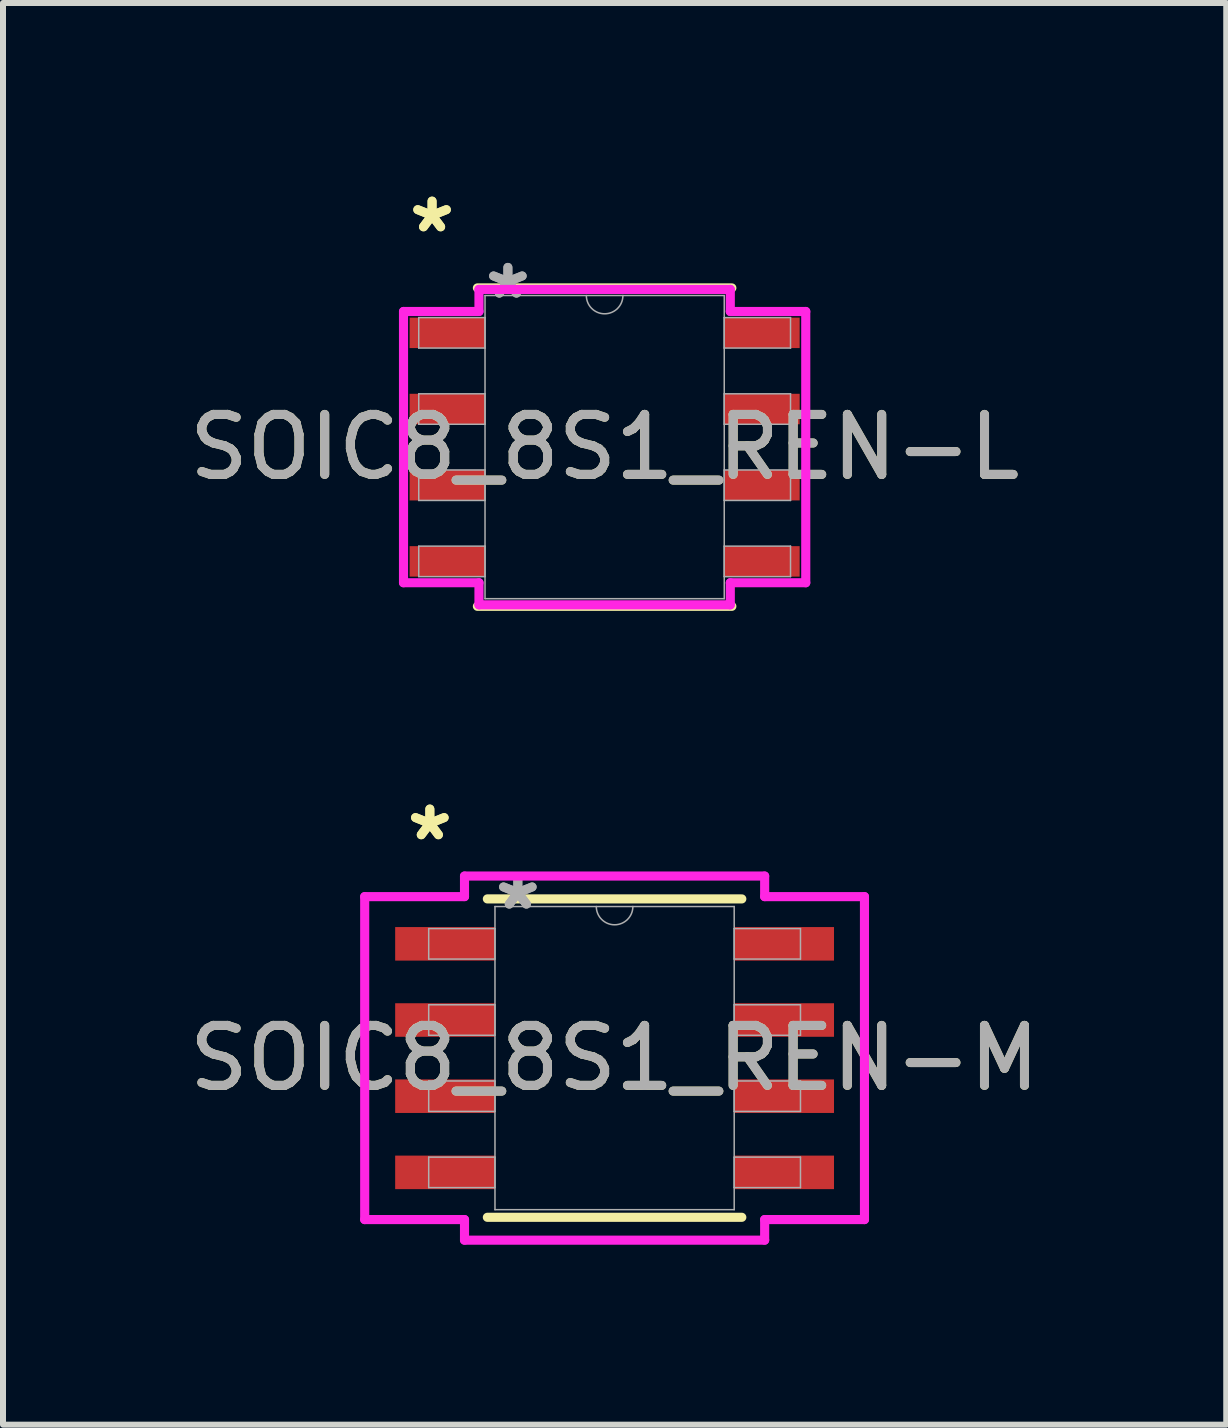
<source format=kicad_pcb>
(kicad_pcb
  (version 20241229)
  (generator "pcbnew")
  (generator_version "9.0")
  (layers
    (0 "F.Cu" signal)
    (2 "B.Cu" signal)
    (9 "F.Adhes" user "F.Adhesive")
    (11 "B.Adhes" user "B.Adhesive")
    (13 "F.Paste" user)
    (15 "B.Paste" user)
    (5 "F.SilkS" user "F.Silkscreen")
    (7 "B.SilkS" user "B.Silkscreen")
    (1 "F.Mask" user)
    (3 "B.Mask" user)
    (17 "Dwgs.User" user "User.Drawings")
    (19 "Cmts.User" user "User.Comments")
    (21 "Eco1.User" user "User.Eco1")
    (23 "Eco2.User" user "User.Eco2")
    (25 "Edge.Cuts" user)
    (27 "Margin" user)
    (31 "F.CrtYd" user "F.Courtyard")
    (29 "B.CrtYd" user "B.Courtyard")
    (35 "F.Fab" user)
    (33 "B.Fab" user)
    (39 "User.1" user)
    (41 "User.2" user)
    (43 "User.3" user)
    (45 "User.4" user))
  (footprint "SOIC8_8S1_REN-M"
    (layer "F.Cu")
    (at 7.196 14.59)
    (property "Reference" "SOIC8_8S1_REN-M" (at 0 0 0) (unlocked yes) (layer "F.SilkS") (effects (font (size 1 1) (thickness 0.15))))
    (attr smd)
    (fp_line (start -2.121 2.654) (end 2.121 2.654) (stroke (width 0.152) (type solid)) (layer "F.SilkS"))
    (fp_line (start 2.121 -2.654) (end -2.121 -2.654) (stroke (width 0.152) (type solid)) (layer "F.SilkS"))
    (fp_line (start -4.166 -2.692) (end -2.502 -2.692) (stroke (width 0.152) (type solid)) (layer "F.CrtYd"))
    (fp_line (start -4.166 2.692) (end -4.166 -2.692) (stroke (width 0.152) (type solid)) (layer "F.CrtYd"))
    (fp_line (start -4.166 2.692) (end -2.502 2.692) (stroke (width 0.152) (type solid)) (layer "F.CrtYd"))
    (fp_line (start -2.502 -3.035) (end 2.502 -3.035) (stroke (width 0.152) (type solid)) (layer "F.CrtYd"))
    (fp_line (start -2.502 -2.692) (end -2.502 -3.035) (stroke (width 0.152) (type solid)) (layer "F.CrtYd"))
    (fp_line (start -2.502 3.035) (end -2.502 2.692) (stroke (width 0.152) (type solid)) (layer "F.CrtYd"))
    (fp_line (start 2.502 -3.035) (end 2.502 -2.692) (stroke (width 0.152) (type solid)) (layer "F.CrtYd"))
    (fp_line (start 2.502 2.692) (end 2.502 3.035) (stroke (width 0.152) (type solid)) (layer "F.CrtYd"))
    (fp_line (start 2.502 3.035) (end -2.502 3.035) (stroke (width 0.152) (type solid)) (layer "F.CrtYd"))
    (fp_line (start 4.166 -2.692) (end 2.502 -2.692) (stroke (width 0.152) (type solid)) (layer "F.CrtYd"))
    (fp_line (start 4.166 -2.692) (end 4.166 2.692) (stroke (width 0.152) (type solid)) (layer "F.CrtYd"))
    (fp_line (start 4.166 2.692) (end 2.502 2.692) (stroke (width 0.152) (type solid)) (layer "F.CrtYd"))
    (fp_line (start -3.099 -2.159) (end -3.099 -1.651) (stroke (width 0.025) (type solid)) (layer "F.Fab"))
    (fp_line (start -3.099 -1.651) (end -1.994 -1.651) (stroke (width 0.025) (type solid)) (layer "F.Fab"))
    (fp_line (start -3.099 -0.889) (end -3.099 -0.381) (stroke (width 0.025) (type solid)) (layer "F.Fab"))
    (fp_line (start -3.099 -0.381) (end -1.994 -0.381) (stroke (width 0.025) (type solid)) (layer "F.Fab"))
    (fp_line (start -3.099 0.381) (end -3.099 0.889) (stroke (width 0.025) (type solid)) (layer "F.Fab"))
    (fp_line (start -3.099 0.889) (end -1.994 0.889) (stroke (width 0.025) (type solid)) (layer "F.Fab"))
    (fp_line (start -3.099 1.651) (end -3.099 2.159) (stroke (width 0.025) (type solid)) (layer "F.Fab"))
    (fp_line (start -3.099 2.159) (end -1.994 2.159) (stroke (width 0.025) (type solid)) (layer "F.Fab"))
    (fp_line (start -1.994 -2.527) (end -1.994 2.527) (stroke (width 0.025) (type solid)) (layer "F.Fab"))
    (fp_line (start -1.994 -2.159) (end -3.099 -2.159) (stroke (width 0.025) (type solid)) (layer "F.Fab"))
    (fp_line (start -1.994 -1.651) (end -1.994 -2.159) (stroke (width 0.025) (type solid)) (layer "F.Fab"))
    (fp_line (start -1.994 -0.889) (end -3.099 -0.889) (stroke (width 0.025) (type solid)) (layer "F.Fab"))
    (fp_line (start -1.994 -0.381) (end -1.994 -0.889) (stroke (width 0.025) (type solid)) (layer "F.Fab"))
    (fp_line (start -1.994 0.381) (end -3.099 0.381) (stroke (width 0.025) (type solid)) (layer "F.Fab"))
    (fp_line (start -1.994 0.889) (end -1.994 0.381) (stroke (width 0.025) (type solid)) (layer "F.Fab"))
    (fp_line (start -1.994 1.651) (end -3.099 1.651) (stroke (width 0.025) (type solid)) (layer "F.Fab"))
    (fp_line (start -1.994 2.159) (end -1.994 1.651) (stroke (width 0.025) (type solid)) (layer "F.Fab"))
    (fp_line (start -1.994 2.527) (end 1.994 2.527) (stroke (width 0.025) (type solid)) (layer "F.Fab"))
    (fp_line (start 1.994 -2.527) (end -1.994 -2.527) (stroke (width 0.025) (type solid)) (layer "F.Fab"))
    (fp_line (start 1.994 -2.159) (end 1.994 -1.651) (stroke (width 0.025) (type solid)) (layer "F.Fab"))
    (fp_line (start 1.994 -1.651) (end 3.099 -1.651) (stroke (width 0.025) (type solid)) (layer "F.Fab"))
    (fp_line (start 1.994 -0.889) (end 1.994 -0.381) (stroke (width 0.025) (type solid)) (layer "F.Fab"))
    (fp_line (start 1.994 -0.381) (end 3.099 -0.381) (stroke (width 0.025) (type solid)) (layer "F.Fab"))
    (fp_line (start 1.994 0.381) (end 1.994 0.889) (stroke (width 0.025) (type solid)) (layer "F.Fab"))
    (fp_line (start 1.994 0.889) (end 3.099 0.889) (stroke (width 0.025) (type solid)) (layer "F.Fab"))
    (fp_line (start 1.994 1.651) (end 1.994 2.159) (stroke (width 0.025) (type solid)) (layer "F.Fab"))
    (fp_line (start 1.994 2.159) (end 3.099 2.159) (stroke (width 0.025) (type solid)) (layer "F.Fab"))
    (fp_line (start 1.994 2.527) (end 1.994 -2.527) (stroke (width 0.025) (type solid)) (layer "F.Fab"))
    (fp_line (start 3.099 -2.159) (end 1.994 -2.159) (stroke (width 0.025) (type solid)) (layer "F.Fab"))
    (fp_line (start 3.099 -1.651) (end 3.099 -2.159) (stroke (width 0.025) (type solid)) (layer "F.Fab"))
    (fp_line (start 3.099 -0.889) (end 1.994 -0.889) (stroke (width 0.025) (type solid)) (layer "F.Fab"))
    (fp_line (start 3.099 -0.381) (end 3.099 -0.889) (stroke (width 0.025) (type solid)) (layer "F.Fab"))
    (fp_line (start 3.099 0.381) (end 1.994 0.381) (stroke (width 0.025) (type solid)) (layer "F.Fab"))
    (fp_line (start 3.099 0.889) (end 3.099 0.381) (stroke (width 0.025) (type solid)) (layer "F.Fab"))
    (fp_line (start 3.099 1.651) (end 1.994 1.651) (stroke (width 0.025) (type solid)) (layer "F.Fab"))
    (fp_line (start 3.099 2.159) (end 3.099 1.651) (stroke (width 0.025) (type solid)) (layer "F.Fab"))
    (fp_arc (start 0.3048 -2.5273) (mid 0 -2.2225) (end -0.3048 -2.5273) (stroke (width 0.0254) (type solid)) (layer "F.Fab"))
    (fp_text user "*" (at -3.08 -3.607 0) (layer "F.SilkS") (effects (font (size 1 1) (thickness 0.15))))
    (fp_text user "*" (at -3.08 -3.607 0) (unlocked yes) (layer "F.SilkS") (effects (font (size 1 1) (thickness 0.15))))
    (fp_text user "${REFERENCE}" (at 0 0 0) (unlocked yes) (layer "F.Fab") (effects (font (size 1 1) (thickness 0.15))))
    (fp_text user "*" (at -1.613 -2.451 0) (unlocked yes) (layer "F.Fab") (effects (font (size 1 1) (thickness 0.15))))
    (fp_text user "*" (at -1.613 -2.451 0) (layer "F.Fab") (effects (font (size 1 1) (thickness 0.15))))
    (pad "1" smd rect (at -2.826 -1.905) (size 1.664 0.559) (layers "F.Cu" "F.Mask" "F.Paste"))
    (pad "2" smd rect (at -2.826 -0.635) (size 1.664 0.559) (layers "F.Cu" "F.Mask" "F.Paste"))
    (pad "3" smd rect (at -2.826 0.635) (size 1.664 0.559) (layers "F.Cu" "F.Mask" "F.Paste"))
    (pad "4" smd rect (at -2.826 1.905) (size 1.664 0.559) (layers "F.Cu" "F.Mask" "F.Paste"))
    (pad "5" smd rect (at 2.826 1.905) (size 1.664 0.559) (layers "F.Cu" "F.Mask" "F.Paste"))
    (pad "6" smd rect (at 2.826 0.635) (size 1.664 0.559) (layers "F.Cu" "F.Mask" "F.Paste"))
    (pad "7" smd rect (at 2.826 -0.635) (size 1.664 0.559) (layers "F.Cu" "F.Mask" "F.Paste"))
    (pad "8" smd rect (at 2.826 -1.905) (size 1.664 0.559) (layers "F.Cu" "F.Mask" "F.Paste")))
  (footprint "SOIC8_8S1_REN-L"
    (layer "F.Cu")
    (at 7.03 4.404)
    (property "Reference" "SOIC8_8S1_REN-L" (at 0 0 0) (unlocked yes) (layer "F.SilkS") (effects (font (size 1 1) (thickness 0.15))))
    (attr smd)
    (fp_line (start -2.121 2.654) (end 2.121 2.654) (stroke (width 0.152) (type solid)) (layer "F.SilkS"))
    (fp_line (start 2.121 -2.654) (end -2.121 -2.654) (stroke (width 0.152) (type solid)) (layer "F.SilkS"))
    (fp_line (start -3.353 -2.261) (end -2.095 -2.261) (stroke (width 0.152) (type solid)) (layer "F.CrtYd"))
    (fp_line (start -3.353 2.261) (end -3.353 -2.261) (stroke (width 0.152) (type solid)) (layer "F.CrtYd"))
    (fp_line (start -3.353 2.261) (end -2.095 2.261) (stroke (width 0.152) (type solid)) (layer "F.CrtYd"))
    (fp_line (start -2.095 -2.629) (end 2.095 -2.629) (stroke (width 0.152) (type solid)) (layer "F.CrtYd"))
    (fp_line (start -2.095 -2.261) (end -2.095 -2.629) (stroke (width 0.152) (type solid)) (layer "F.CrtYd"))
    (fp_line (start -2.095 2.629) (end -2.095 2.261) (stroke (width 0.152) (type solid)) (layer "F.CrtYd"))
    (fp_line (start 2.095 -2.629) (end 2.095 -2.261) (stroke (width 0.152) (type solid)) (layer "F.CrtYd"))
    (fp_line (start 2.095 2.261) (end 2.095 2.629) (stroke (width 0.152) (type solid)) (layer "F.CrtYd"))
    (fp_line (start 2.095 2.629) (end -2.095 2.629) (stroke (width 0.152) (type solid)) (layer "F.CrtYd"))
    (fp_line (start 3.353 -2.261) (end 2.095 -2.261) (stroke (width 0.152) (type solid)) (layer "F.CrtYd"))
    (fp_line (start 3.353 -2.261) (end 3.353 2.261) (stroke (width 0.152) (type solid)) (layer "F.CrtYd"))
    (fp_line (start 3.353 2.261) (end 2.095 2.261) (stroke (width 0.152) (type solid)) (layer "F.CrtYd"))
    (fp_line (start -3.099 -2.159) (end -3.099 -1.651) (stroke (width 0.025) (type solid)) (layer "F.Fab"))
    (fp_line (start -3.099 -1.651) (end -1.994 -1.651) (stroke (width 0.025) (type solid)) (layer "F.Fab"))
    (fp_line (start -3.099 -0.889) (end -3.099 -0.381) (stroke (width 0.025) (type solid)) (layer "F.Fab"))
    (fp_line (start -3.099 -0.381) (end -1.994 -0.381) (stroke (width 0.025) (type solid)) (layer "F.Fab"))
    (fp_line (start -3.099 0.381) (end -3.099 0.889) (stroke (width 0.025) (type solid)) (layer "F.Fab"))
    (fp_line (start -3.099 0.889) (end -1.994 0.889) (stroke (width 0.025) (type solid)) (layer "F.Fab"))
    (fp_line (start -3.099 1.651) (end -3.099 2.159) (stroke (width 0.025) (type solid)) (layer "F.Fab"))
    (fp_line (start -3.099 2.159) (end -1.994 2.159) (stroke (width 0.025) (type solid)) (layer "F.Fab"))
    (fp_line (start -1.994 -2.527) (end -1.994 2.527) (stroke (width 0.025) (type solid)) (layer "F.Fab"))
    (fp_line (start -1.994 -2.159) (end -3.099 -2.159) (stroke (width 0.025) (type solid)) (layer "F.Fab"))
    (fp_line (start -1.994 -1.651) (end -1.994 -2.159) (stroke (width 0.025) (type solid)) (layer "F.Fab"))
    (fp_line (start -1.994 -0.889) (end -3.099 -0.889) (stroke (width 0.025) (type solid)) (layer "F.Fab"))
    (fp_line (start -1.994 -0.381) (end -1.994 -0.889) (stroke (width 0.025) (type solid)) (layer "F.Fab"))
    (fp_line (start -1.994 0.381) (end -3.099 0.381) (stroke (width 0.025) (type solid)) (layer "F.Fab"))
    (fp_line (start -1.994 0.889) (end -1.994 0.381) (stroke (width 0.025) (type solid)) (layer "F.Fab"))
    (fp_line (start -1.994 1.651) (end -3.099 1.651) (stroke (width 0.025) (type solid)) (layer "F.Fab"))
    (fp_line (start -1.994 2.159) (end -1.994 1.651) (stroke (width 0.025) (type solid)) (layer "F.Fab"))
    (fp_line (start -1.994 2.527) (end 1.994 2.527) (stroke (width 0.025) (type solid)) (layer "F.Fab"))
    (fp_line (start 1.994 -2.527) (end -1.994 -2.527) (stroke (width 0.025) (type solid)) (layer "F.Fab"))
    (fp_line (start 1.994 -2.159) (end 1.994 -1.651) (stroke (width 0.025) (type solid)) (layer "F.Fab"))
    (fp_line (start 1.994 -1.651) (end 3.099 -1.651) (stroke (width 0.025) (type solid)) (layer "F.Fab"))
    (fp_line (start 1.994 -0.889) (end 1.994 -0.381) (stroke (width 0.025) (type solid)) (layer "F.Fab"))
    (fp_line (start 1.994 -0.381) (end 3.099 -0.381) (stroke (width 0.025) (type solid)) (layer "F.Fab"))
    (fp_line (start 1.994 0.381) (end 1.994 0.889) (stroke (width 0.025) (type solid)) (layer "F.Fab"))
    (fp_line (start 1.994 0.889) (end 3.099 0.889) (stroke (width 0.025) (type solid)) (layer "F.Fab"))
    (fp_line (start 1.994 1.651) (end 1.994 2.159) (stroke (width 0.025) (type solid)) (layer "F.Fab"))
    (fp_line (start 1.994 2.159) (end 3.099 2.159) (stroke (width 0.025) (type solid)) (layer "F.Fab"))
    (fp_line (start 1.994 2.527) (end 1.994 -2.527) (stroke (width 0.025) (type solid)) (layer "F.Fab"))
    (fp_line (start 3.099 -2.159) (end 1.994 -2.159) (stroke (width 0.025) (type solid)) (layer "F.Fab"))
    (fp_line (start 3.099 -1.651) (end 3.099 -2.159) (stroke (width 0.025) (type solid)) (layer "F.Fab"))
    (fp_line (start 3.099 -0.889) (end 1.994 -0.889) (stroke (width 0.025) (type solid)) (layer "F.Fab"))
    (fp_line (start 3.099 -0.381) (end 3.099 -0.889) (stroke (width 0.025) (type solid)) (layer "F.Fab"))
    (fp_line (start 3.099 0.381) (end 1.994 0.381) (stroke (width 0.025) (type solid)) (layer "F.Fab"))
    (fp_line (start 3.099 0.889) (end 3.099 0.381) (stroke (width 0.025) (type solid)) (layer "F.Fab"))
    (fp_line (start 3.099 1.651) (end 1.994 1.651) (stroke (width 0.025) (type solid)) (layer "F.Fab"))
    (fp_line (start 3.099 2.159) (end 3.099 1.651) (stroke (width 0.025) (type solid)) (layer "F.Fab"))
    (fp_arc (start 0.3048 -2.5273) (mid 0 -2.2225) (end -0.3048 -2.5273) (stroke (width 0.0254) (type solid)) (layer "F.Fab"))
    (fp_text user "*" (at -2.877 -3.556 0) (unlocked yes) (layer "F.SilkS") (effects (font (size 1 1) (thickness 0.15))))
    (fp_text user "*" (at -2.877 -3.556 0) (layer "F.SilkS") (effects (font (size 1 1) (thickness 0.15))))
    (fp_text user "${REFERENCE}" (at 0 0 0) (unlocked yes) (layer "F.Fab") (effects (font (size 1 1) (thickness 0.15))))
    (fp_text user "*" (at -1.613 -2.451 0) (unlocked yes) (layer "F.Fab") (effects (font (size 1 1) (thickness 0.15))))
    (fp_text user "*" (at -1.613 -2.451 0) (layer "F.Fab") (effects (font (size 1 1) (thickness 0.15))))
    (pad "1" smd rect (at -2.623 -1.905) (size 1.257 0.508) (layers "F.Cu" "F.Mask" "F.Paste"))
    (pad "2" smd rect (at -2.623 -0.635) (size 1.257 0.508) (layers "F.Cu" "F.Mask" "F.Paste"))
    (pad "3" smd rect (at -2.623 0.635) (size 1.257 0.508) (layers "F.Cu" "F.Mask" "F.Paste"))
    (pad "4" smd rect (at -2.623 1.905) (size 1.257 0.508) (layers "F.Cu" "F.Mask" "F.Paste"))
    (pad "5" smd rect (at 2.623 1.905) (size 1.257 0.508) (layers "F.Cu" "F.Mask" "F.Paste"))
    (pad "6" smd rect (at 2.623 0.635) (size 1.257 0.508) (layers "F.Cu" "F.Mask" "F.Paste"))
    (pad "7" smd rect (at 2.623 -0.635) (size 1.257 0.508) (layers "F.Cu" "F.Mask" "F.Paste"))
    (pad "8" smd rect (at 2.623 -1.905) (size 1.257 0.508) (layers "F.Cu" "F.Mask" "F.Paste")))
  (gr_rect
    (start -3 -3)
    (end 17.393 20.701)
    (stroke (width 0.1) (type default))
    (fill no)
    (layer "Edge.Cuts")))
</source>
